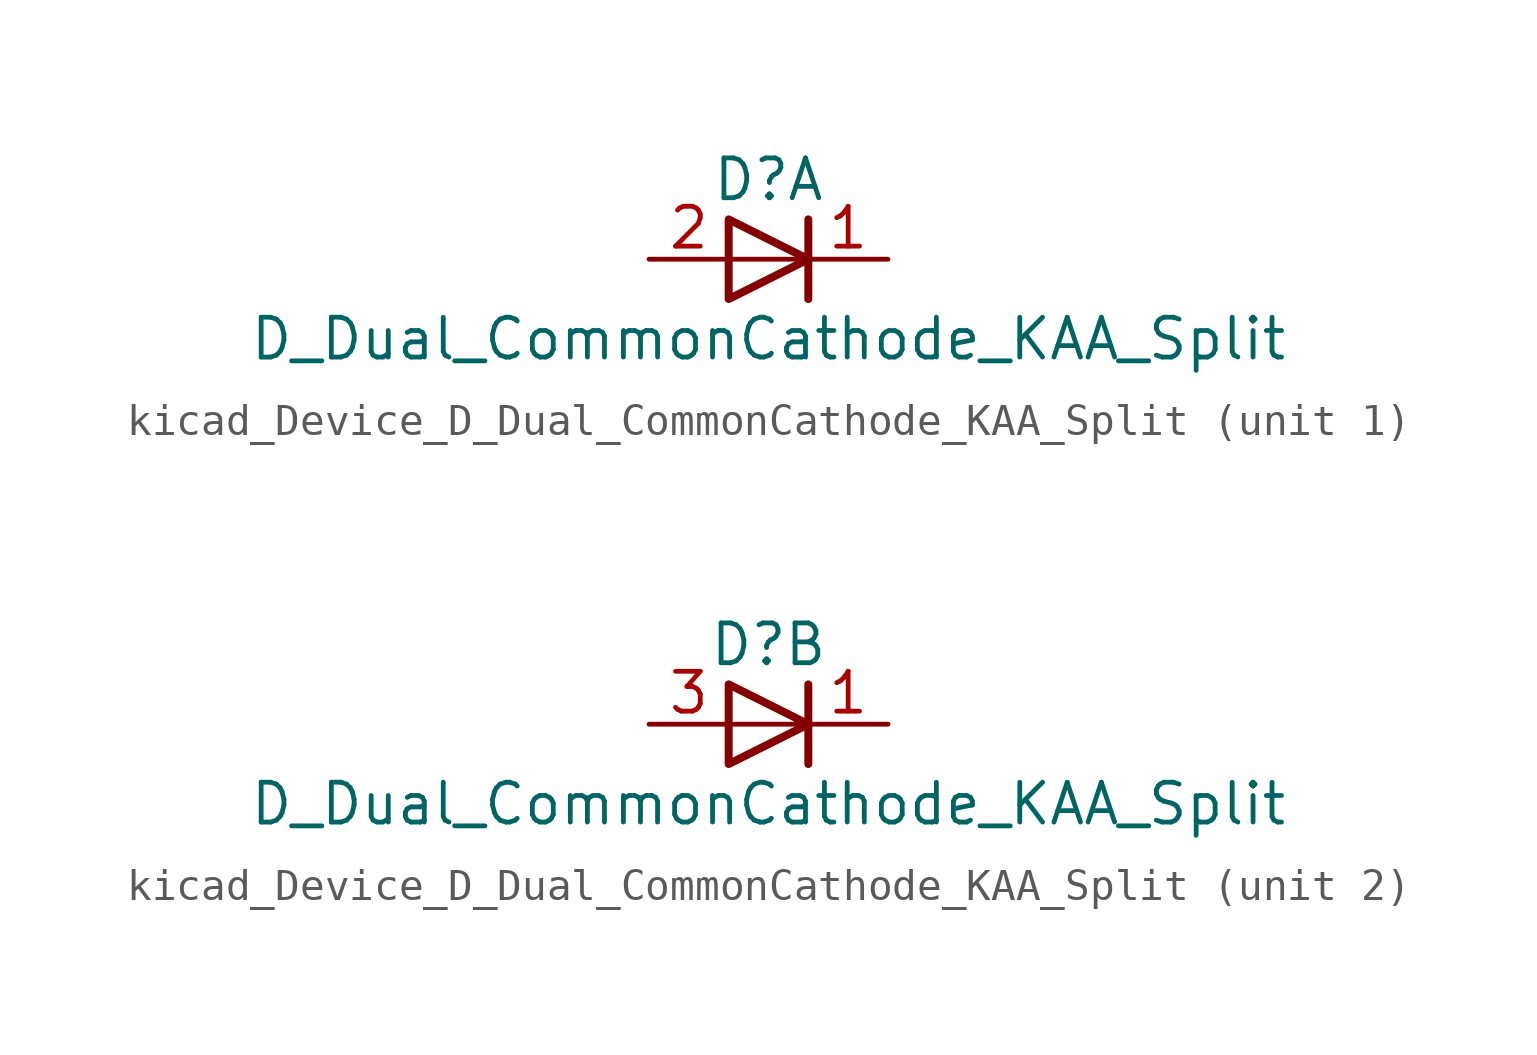
<source format=kicad_sym>
(kicad_symbol_lib
  (version 20220914)
  (generator kicad_symbol_editor)
  (symbol "kicad_Device_D_Dual_CommonCathode_KAA_Split"
    (pin_names
      (offset 0.762) hide)
    (property "Reference" "D"
      (at 0 2.54 0)
      (effects (font (size 1.27 1.27))))
    (property "Value" "D_Dual_CommonCathode_KAA_Split"
      (at 0 -2.54 0)
      (effects (font (size 1.27 1.27))))
    (property "ki_locked" ""
      (at 0 0 0)
      (effects (font (size 1.27 1.27))))
    (symbol "kicad_Device_D_Dual_CommonCathode_KAA_Split_0_0"
      (polyline (pts (xy 1.27 0) (xy -1.27 0)) (stroke (width 0) (type default)) (fill (type none))))
    (symbol "kicad_Device_D_Dual_CommonCathode_KAA_Split_0_1"
      (polyline (pts (xy -1.27 1.27) (xy 1.27 0) (xy -1.27 -1.27) (xy -1.27 1.27) (xy -1.27 1.27) (xy -1.27 1.27)) (stroke (width 0.254) (type default)) (fill (type none)))
      (pin passive line (at 3.81 0 180) (length 2.54) (name "K" (effects (font (size 1.27 1.27)))) (number "1" (effects (font (size 1.27 1.27))))))
    (symbol "kicad_Device_D_Dual_CommonCathode_KAA_Split_1_0"
      (polyline (pts (xy 1.27 1.27) (xy 1.27 -1.27)) (stroke (width 0.254) (type default)) (fill (type none))))
    (symbol "kicad_Device_D_Dual_CommonCathode_KAA_Split_1_1"
      (pin passive line (at -3.81 0 0) (length 2.54) (name "A" (effects (font (size 1.27 1.27)))) (number "2" (effects (font (size 1.27 1.27))))))
    (symbol "kicad_Device_D_Dual_CommonCathode_KAA_Split_2_0"
      (polyline (pts (xy 1.27 1.27) (xy 1.27 -1.27)) (stroke (width 0.254) (type default)) (fill (type none))))
    (symbol "kicad_Device_D_Dual_CommonCathode_KAA_Split_2_1"
      (pin passive line (at -3.81 0 0) (length 2.54) (name "K" (effects (font (size 1.27 1.27)))) (number "3" (effects (font (size 1.27 1.27))))))))
</source>
